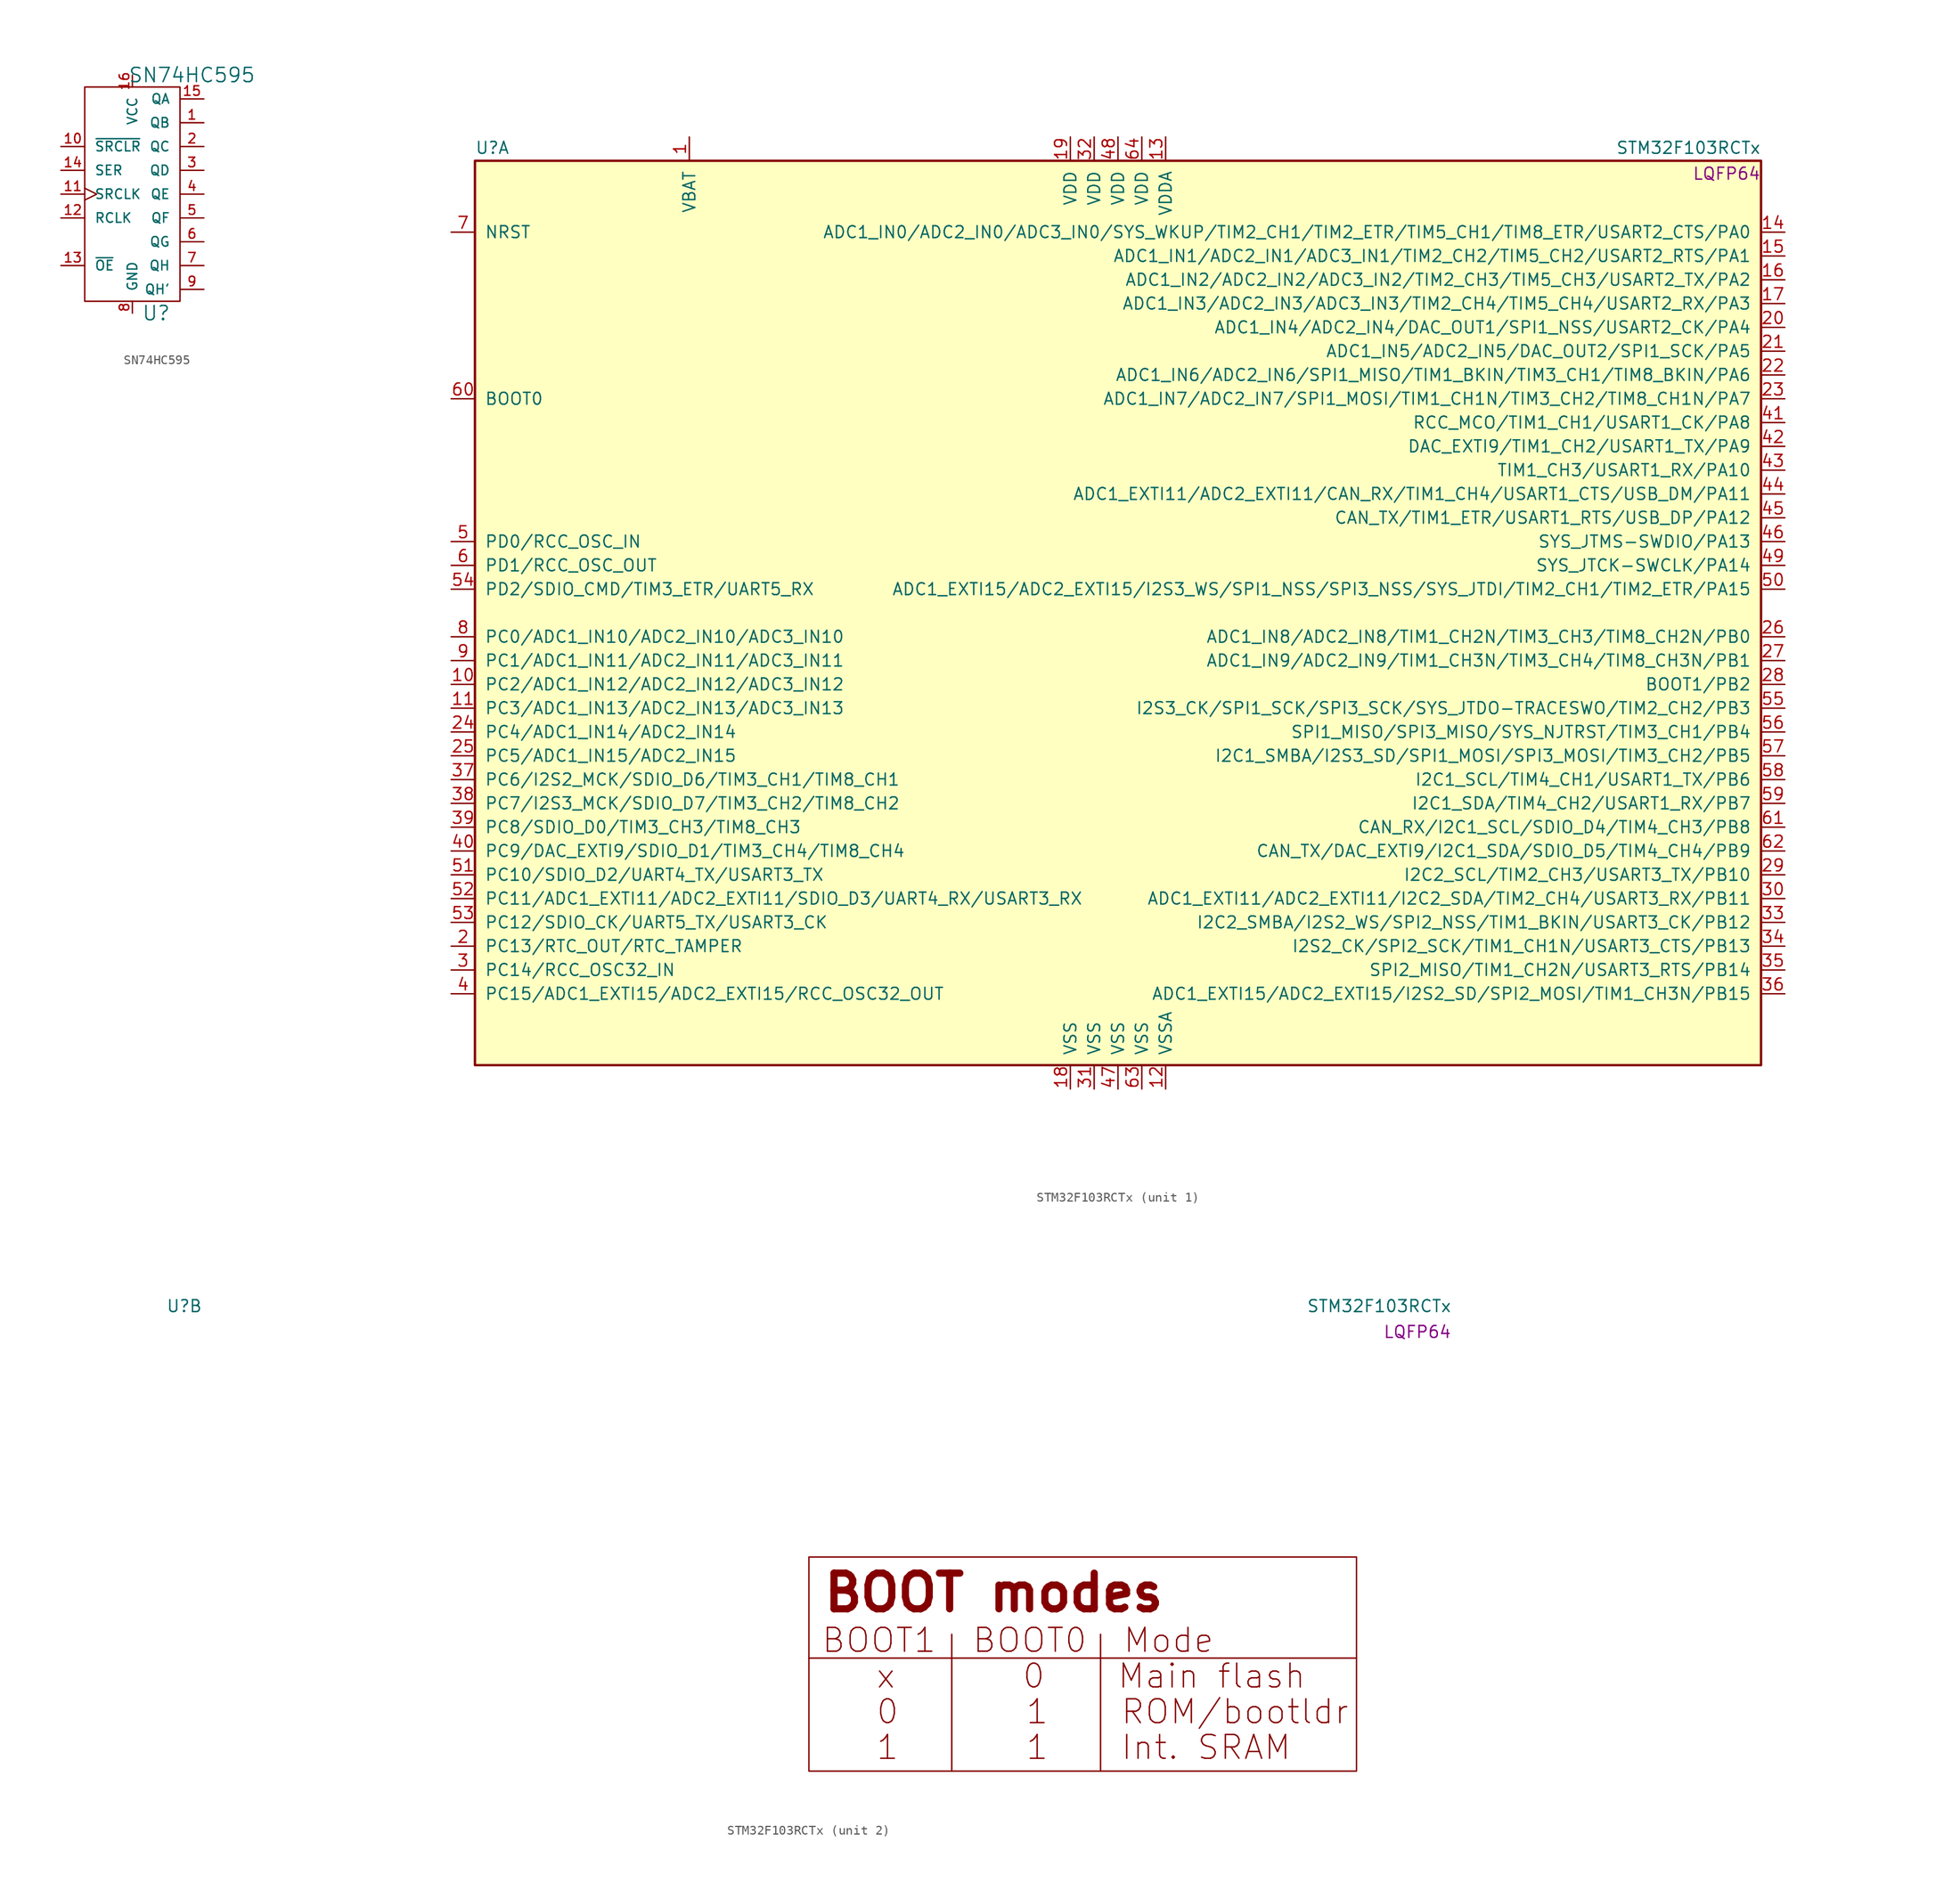
<source format=kicad_sym>
(kicad_symbol_lib
  (version 20211014)
  (generator kicad_symbol_editor)
  (symbol "SN74HC595"
    (pin_names
      (offset 1.016))
    (property "Reference" "U"
      (at 2.54 -12.7 0)
      (effects (font (size 1.524 1.524))))
    (property "Value" "SN74HC595"
      (at 6.35 12.7 0)
      (effects (font (size 1.524 1.524))))
    (symbol "SN74HC595_0_1"
      (rectangle (start -5.08 11.43) (end 5.08 -11.43) (stroke (width 0) (type default) (color 0 0 0 0)) (fill (type none))))
    (symbol "SN74HC595_1_1"
      (pin output line (at 7.62 7.62 180) (length 2.54) (name "QB" (effects (font (size 1.016 1.016)))) (number "1" (effects (font (size 1.016 1.016)))))
      (pin input line (at -7.62 5.08 0) (length 2.54) (name "~{SRCLR}" (effects (font (size 1.016 1.016)))) (number "10" (effects (font (size 1.016 1.016)))))
      (pin input clock (at -7.62 0 0) (length 2.54) (name "SRCLK" (effects (font (size 1.016 1.016)))) (number "11" (effects (font (size 1.016 1.016)))))
      (pin input line (at -7.62 -2.54 0) (length 2.54) (name "RCLK" (effects (font (size 1.016 1.016)))) (number "12" (effects (font (size 1.016 1.016)))))
      (pin input line (at -7.62 -7.62 0) (length 2.54) (name "~{OE}" (effects (font (size 1.016 1.016)))) (number "13" (effects (font (size 1.016 1.016)))))
      (pin input line (at -7.62 2.54 0) (length 2.54) (name "SER" (effects (font (size 1.016 1.016)))) (number "14" (effects (font (size 1.016 1.016)))))
      (pin output line (at 7.62 10.16 180) (length 2.54) (name "QA" (effects (font (size 1.016 1.016)))) (number "15" (effects (font (size 1.016 1.016)))))
      (pin power_in line (at 0 12.7 270) (length 1.27) (name "VCC" (effects (font (size 1.016 1.016)))) (number "16" (effects (font (size 1.016 1.016)))))
      (pin output line (at 7.62 5.08 180) (length 2.54) (name "QC" (effects (font (size 1.016 1.016)))) (number "2" (effects (font (size 1.016 1.016)))))
      (pin output line (at 7.62 2.54 180) (length 2.54) (name "QD" (effects (font (size 1.016 1.016)))) (number "3" (effects (font (size 1.016 1.016)))))
      (pin output line (at 7.62 0 180) (length 2.54) (name "QE" (effects (font (size 1.016 1.016)))) (number "4" (effects (font (size 1.016 1.016)))))
      (pin output line (at 7.62 -2.54 180) (length 2.54) (name "QF" (effects (font (size 1.016 1.016)))) (number "5" (effects (font (size 1.016 1.016)))))
      (pin output line (at 7.62 -5.08 180) (length 2.54) (name "QG" (effects (font (size 1.016 1.016)))) (number "6" (effects (font (size 1.016 1.016)))))
      (pin output line (at 7.62 -7.62 180) (length 2.54) (name "QH" (effects (font (size 1.016 1.016)))) (number "7" (effects (font (size 1.016 1.016)))))
      (pin power_in line (at 0 -12.7 90) (length 1.27) (name "GND" (effects (font (size 1.016 1.016)))) (number "8" (effects (font (size 1.016 1.016)))))
      (pin output line (at 7.62 -10.16 180) (length 2.54) (name "QH'" (effects (font (size 1.016 1.016)))) (number "9" (effects (font (size 1.016 1.016)))))))
  (symbol "STM32F103RCTx"
    (pin_names
      (offset 1.016))
    (property "Reference" "U"
      (at -68.58 48.895 0)
      (effects (font (size 1.27 1.27)) (justify left bottom)))
    (property "Value" "STM32F103RCTx"
      (at 68.58 48.895 0)
      (effects (font (size 1.27 1.27)) (justify right bottom)))
    (property "Footprint" "LQFP64"
      (at 68.58 47.625 0)
      (effects (font (size 1.27 1.27)) (justify right top)))
    (property "Datasheet" ""
      (at 0 0 0)
      (effects (font (size 1.27 1.27))))
    (property "ki_locked" ""
      (at 0 0 0)
      (effects (font (size 1.27 1.27))))
    (symbol "STM32F103RCTx_1_1"
      (rectangle (start -68.58 -48.26) (end 68.58 48.26) (stroke (width 0.254) (type default) (color 0 0 0 0)) (fill (type background)))
      (pin power_in line (at -45.72 50.8 270) (length 2.54) (name "VBAT" (effects (font (size 1.27 1.27)))) (number "1" (effects (font (size 1.27 1.27)))))
      (pin bidirectional line (at -71.12 -7.62 0) (length 2.54) (name "PC2/ADC1_IN12/ADC2_IN12/ADC3_IN12" (effects (font (size 1.27 1.27)))) (number "10" (effects (font (size 1.27 1.27)))))
      (pin bidirectional line (at -71.12 -10.16 0) (length 2.54) (name "PC3/ADC1_IN13/ADC2_IN13/ADC3_IN13" (effects (font (size 1.27 1.27)))) (number "11" (effects (font (size 1.27 1.27)))))
      (pin power_in line (at 5.08 -50.8 90) (length 2.54) (name "VSSA" (effects (font (size 1.27 1.27)))) (number "12" (effects (font (size 1.27 1.27)))))
      (pin power_in line (at 5.08 50.8 270) (length 2.54) (name "VDDA" (effects (font (size 1.27 1.27)))) (number "13" (effects (font (size 1.27 1.27)))))
      (pin bidirectional line (at 71.12 40.64 180) (length 2.54) (name "ADC1_IN0/ADC2_IN0/ADC3_IN0/SYS_WKUP/TIM2_CH1/TIM2_ETR/TIM5_CH1/TIM8_ETR/USART2_CTS/PA0" (effects (font (size 1.27 1.27)))) (number "14" (effects (font (size 1.27 1.27)))))
      (pin bidirectional line (at 71.12 38.1 180) (length 2.54) (name "ADC1_IN1/ADC2_IN1/ADC3_IN1/TIM2_CH2/TIM5_CH2/USART2_RTS/PA1" (effects (font (size 1.27 1.27)))) (number "15" (effects (font (size 1.27 1.27)))))
      (pin bidirectional line (at 71.12 35.56 180) (length 2.54) (name "ADC1_IN2/ADC2_IN2/ADC3_IN2/TIM2_CH3/TIM5_CH3/USART2_TX/PA2" (effects (font (size 1.27 1.27)))) (number "16" (effects (font (size 1.27 1.27)))))
      (pin bidirectional line (at 71.12 33.02 180) (length 2.54) (name "ADC1_IN3/ADC2_IN3/ADC3_IN3/TIM2_CH4/TIM5_CH4/USART2_RX/PA3" (effects (font (size 1.27 1.27)))) (number "17" (effects (font (size 1.27 1.27)))))
      (pin power_in line (at -5.08 -50.8 90) (length 2.54) (name "VSS" (effects (font (size 1.27 1.27)))) (number "18" (effects (font (size 1.27 1.27)))))
      (pin power_in line (at -5.08 50.8 270) (length 2.54) (name "VDD" (effects (font (size 1.27 1.27)))) (number "19" (effects (font (size 1.27 1.27)))))
      (pin bidirectional line (at -71.12 -35.56 0) (length 2.54) (name "PC13/RTC_OUT/RTC_TAMPER" (effects (font (size 1.27 1.27)))) (number "2" (effects (font (size 1.27 1.27)))))
      (pin bidirectional line (at 71.12 30.48 180) (length 2.54) (name "ADC1_IN4/ADC2_IN4/DAC_OUT1/SPI1_NSS/USART2_CK/PA4" (effects (font (size 1.27 1.27)))) (number "20" (effects (font (size 1.27 1.27)))))
      (pin bidirectional line (at 71.12 27.94 180) (length 2.54) (name "ADC1_IN5/ADC2_IN5/DAC_OUT2/SPI1_SCK/PA5" (effects (font (size 1.27 1.27)))) (number "21" (effects (font (size 1.27 1.27)))))
      (pin bidirectional line (at 71.12 25.4 180) (length 2.54) (name "ADC1_IN6/ADC2_IN6/SPI1_MISO/TIM1_BKIN/TIM3_CH1/TIM8_BKIN/PA6" (effects (font (size 1.27 1.27)))) (number "22" (effects (font (size 1.27 1.27)))))
      (pin bidirectional line (at 71.12 22.86 180) (length 2.54) (name "ADC1_IN7/ADC2_IN7/SPI1_MOSI/TIM1_CH1N/TIM3_CH2/TIM8_CH1N/PA7" (effects (font (size 1.27 1.27)))) (number "23" (effects (font (size 1.27 1.27)))))
      (pin bidirectional line (at -71.12 -12.7 0) (length 2.54) (name "PC4/ADC1_IN14/ADC2_IN14" (effects (font (size 1.27 1.27)))) (number "24" (effects (font (size 1.27 1.27)))))
      (pin bidirectional line (at -71.12 -15.24 0) (length 2.54) (name "PC5/ADC1_IN15/ADC2_IN15" (effects (font (size 1.27 1.27)))) (number "25" (effects (font (size 1.27 1.27)))))
      (pin bidirectional line (at 71.12 -2.54 180) (length 2.54) (name "ADC1_IN8/ADC2_IN8/TIM1_CH2N/TIM3_CH3/TIM8_CH2N/PB0" (effects (font (size 1.27 1.27)))) (number "26" (effects (font (size 1.27 1.27)))))
      (pin bidirectional line (at 71.12 -5.08 180) (length 2.54) (name "ADC1_IN9/ADC2_IN9/TIM1_CH3N/TIM3_CH4/TIM8_CH3N/PB1" (effects (font (size 1.27 1.27)))) (number "27" (effects (font (size 1.27 1.27)))))
      (pin bidirectional line (at 71.12 -7.62 180) (length 2.54) (name "BOOT1/PB2" (effects (font (size 1.27 1.27)))) (number "28" (effects (font (size 1.27 1.27)))))
      (pin bidirectional line (at 71.12 -27.94 180) (length 2.54) (name "I2C2_SCL/TIM2_CH3/USART3_TX/PB10" (effects (font (size 1.27 1.27)))) (number "29" (effects (font (size 1.27 1.27)))))
      (pin bidirectional line (at -71.12 -38.1 0) (length 2.54) (name "PC14/RCC_OSC32_IN" (effects (font (size 1.27 1.27)))) (number "3" (effects (font (size 1.27 1.27)))))
      (pin bidirectional line (at 71.12 -30.48 180) (length 2.54) (name "ADC1_EXTI11/ADC2_EXTI11/I2C2_SDA/TIM2_CH4/USART3_RX/PB11" (effects (font (size 1.27 1.27)))) (number "30" (effects (font (size 1.27 1.27)))))
      (pin power_in line (at -2.54 -50.8 90) (length 2.54) (name "VSS" (effects (font (size 1.27 1.27)))) (number "31" (effects (font (size 1.27 1.27)))))
      (pin power_in line (at -2.54 50.8 270) (length 2.54) (name "VDD" (effects (font (size 1.27 1.27)))) (number "32" (effects (font (size 1.27 1.27)))))
      (pin bidirectional line (at 71.12 -33.02 180) (length 2.54) (name "I2C2_SMBA/I2S2_WS/SPI2_NSS/TIM1_BKIN/USART3_CK/PB12" (effects (font (size 1.27 1.27)))) (number "33" (effects (font (size 1.27 1.27)))))
      (pin bidirectional line (at 71.12 -35.56 180) (length 2.54) (name "I2S2_CK/SPI2_SCK/TIM1_CH1N/USART3_CTS/PB13" (effects (font (size 1.27 1.27)))) (number "34" (effects (font (size 1.27 1.27)))))
      (pin bidirectional line (at 71.12 -38.1 180) (length 2.54) (name "SPI2_MISO/TIM1_CH2N/USART3_RTS/PB14" (effects (font (size 1.27 1.27)))) (number "35" (effects (font (size 1.27 1.27)))))
      (pin bidirectional line (at 71.12 -40.64 180) (length 2.54) (name "ADC1_EXTI15/ADC2_EXTI15/I2S2_SD/SPI2_MOSI/TIM1_CH3N/PB15" (effects (font (size 1.27 1.27)))) (number "36" (effects (font (size 1.27 1.27)))))
      (pin bidirectional line (at -71.12 -17.78 0) (length 2.54) (name "PC6/I2S2_MCK/SDIO_D6/TIM3_CH1/TIM8_CH1" (effects (font (size 1.27 1.27)))) (number "37" (effects (font (size 1.27 1.27)))))
      (pin bidirectional line (at -71.12 -20.32 0) (length 2.54) (name "PC7/I2S3_MCK/SDIO_D7/TIM3_CH2/TIM8_CH2" (effects (font (size 1.27 1.27)))) (number "38" (effects (font (size 1.27 1.27)))))
      (pin bidirectional line (at -71.12 -22.86 0) (length 2.54) (name "PC8/SDIO_D0/TIM3_CH3/TIM8_CH3" (effects (font (size 1.27 1.27)))) (number "39" (effects (font (size 1.27 1.27)))))
      (pin bidirectional line (at -71.12 -40.64 0) (length 2.54) (name "PC15/ADC1_EXTI15/ADC2_EXTI15/RCC_OSC32_OUT" (effects (font (size 1.27 1.27)))) (number "4" (effects (font (size 1.27 1.27)))))
      (pin bidirectional line (at -71.12 -25.4 0) (length 2.54) (name "PC9/DAC_EXTI9/SDIO_D1/TIM3_CH4/TIM8_CH4" (effects (font (size 1.27 1.27)))) (number "40" (effects (font (size 1.27 1.27)))))
      (pin bidirectional line (at 71.12 20.32 180) (length 2.54) (name "RCC_MCO/TIM1_CH1/USART1_CK/PA8" (effects (font (size 1.27 1.27)))) (number "41" (effects (font (size 1.27 1.27)))))
      (pin bidirectional line (at 71.12 17.78 180) (length 2.54) (name "DAC_EXTI9/TIM1_CH2/USART1_TX/PA9" (effects (font (size 1.27 1.27)))) (number "42" (effects (font (size 1.27 1.27)))))
      (pin bidirectional line (at 71.12 15.24 180) (length 2.54) (name "TIM1_CH3/USART1_RX/PA10" (effects (font (size 1.27 1.27)))) (number "43" (effects (font (size 1.27 1.27)))))
      (pin bidirectional line (at 71.12 12.7 180) (length 2.54) (name "ADC1_EXTI11/ADC2_EXTI11/CAN_RX/TIM1_CH4/USART1_CTS/USB_DM/PA11" (effects (font (size 1.27 1.27)))) (number "44" (effects (font (size 1.27 1.27)))))
      (pin bidirectional line (at 71.12 10.16 180) (length 2.54) (name "CAN_TX/TIM1_ETR/USART1_RTS/USB_DP/PA12" (effects (font (size 1.27 1.27)))) (number "45" (effects (font (size 1.27 1.27)))))
      (pin bidirectional line (at 71.12 7.62 180) (length 2.54) (name "SYS_JTMS-SWDIO/PA13" (effects (font (size 1.27 1.27)))) (number "46" (effects (font (size 1.27 1.27)))))
      (pin power_in line (at 0 -50.8 90) (length 2.54) (name "VSS" (effects (font (size 1.27 1.27)))) (number "47" (effects (font (size 1.27 1.27)))))
      (pin power_in line (at 0 50.8 270) (length 2.54) (name "VDD" (effects (font (size 1.27 1.27)))) (number "48" (effects (font (size 1.27 1.27)))))
      (pin bidirectional line (at 71.12 5.08 180) (length 2.54) (name "SYS_JTCK-SWCLK/PA14" (effects (font (size 1.27 1.27)))) (number "49" (effects (font (size 1.27 1.27)))))
      (pin input line (at -71.12 7.62 0) (length 2.54) (name "PD0/RCC_OSC_IN" (effects (font (size 1.27 1.27)))) (number "5" (effects (font (size 1.27 1.27)))))
      (pin bidirectional line (at 71.12 2.54 180) (length 2.54) (name "ADC1_EXTI15/ADC2_EXTI15/I2S3_WS/SPI1_NSS/SPI3_NSS/SYS_JTDI/TIM2_CH1/TIM2_ETR/PA15" (effects (font (size 1.27 1.27)))) (number "50" (effects (font (size 1.27 1.27)))))
      (pin bidirectional line (at -71.12 -27.94 0) (length 2.54) (name "PC10/SDIO_D2/UART4_TX/USART3_TX" (effects (font (size 1.27 1.27)))) (number "51" (effects (font (size 1.27 1.27)))))
      (pin bidirectional line (at -71.12 -30.48 0) (length 2.54) (name "PC11/ADC1_EXTI11/ADC2_EXTI11/SDIO_D3/UART4_RX/USART3_RX" (effects (font (size 1.27 1.27)))) (number "52" (effects (font (size 1.27 1.27)))))
      (pin bidirectional line (at -71.12 -33.02 0) (length 2.54) (name "PC12/SDIO_CK/UART5_TX/USART3_CK" (effects (font (size 1.27 1.27)))) (number "53" (effects (font (size 1.27 1.27)))))
      (pin bidirectional line (at -71.12 2.54 0) (length 2.54) (name "PD2/SDIO_CMD/TIM3_ETR/UART5_RX" (effects (font (size 1.27 1.27)))) (number "54" (effects (font (size 1.27 1.27)))))
      (pin bidirectional line (at 71.12 -10.16 180) (length 2.54) (name "I2S3_CK/SPI1_SCK/SPI3_SCK/SYS_JTDO-TRACESWO/TIM2_CH2/PB3" (effects (font (size 1.27 1.27)))) (number "55" (effects (font (size 1.27 1.27)))))
      (pin bidirectional line (at 71.12 -12.7 180) (length 2.54) (name "SPI1_MISO/SPI3_MISO/SYS_NJTRST/TIM3_CH1/PB4" (effects (font (size 1.27 1.27)))) (number "56" (effects (font (size 1.27 1.27)))))
      (pin bidirectional line (at 71.12 -15.24 180) (length 2.54) (name "I2C1_SMBA/I2S3_SD/SPI1_MOSI/SPI3_MOSI/TIM3_CH2/PB5" (effects (font (size 1.27 1.27)))) (number "57" (effects (font (size 1.27 1.27)))))
      (pin bidirectional line (at 71.12 -17.78 180) (length 2.54) (name "I2C1_SCL/TIM4_CH1/USART1_TX/PB6" (effects (font (size 1.27 1.27)))) (number "58" (effects (font (size 1.27 1.27)))))
      (pin bidirectional line (at 71.12 -20.32 180) (length 2.54) (name "I2C1_SDA/TIM4_CH2/USART1_RX/PB7" (effects (font (size 1.27 1.27)))) (number "59" (effects (font (size 1.27 1.27)))))
      (pin input line (at -71.12 5.08 0) (length 2.54) (name "PD1/RCC_OSC_OUT" (effects (font (size 1.27 1.27)))) (number "6" (effects (font (size 1.27 1.27)))))
      (pin input line (at -71.12 22.86 0) (length 2.54) (name "BOOT0" (effects (font (size 1.27 1.27)))) (number "60" (effects (font (size 1.27 1.27)))))
      (pin bidirectional line (at 71.12 -22.86 180) (length 2.54) (name "CAN_RX/I2C1_SCL/SDIO_D4/TIM4_CH3/PB8" (effects (font (size 1.27 1.27)))) (number "61" (effects (font (size 1.27 1.27)))))
      (pin bidirectional line (at 71.12 -25.4 180) (length 2.54) (name "CAN_TX/DAC_EXTI9/I2C1_SDA/SDIO_D5/TIM4_CH4/PB9" (effects (font (size 1.27 1.27)))) (number "62" (effects (font (size 1.27 1.27)))))
      (pin power_in line (at 2.54 -50.8 90) (length 2.54) (name "VSS" (effects (font (size 1.27 1.27)))) (number "63" (effects (font (size 1.27 1.27)))))
      (pin power_in line (at 2.54 50.8 270) (length 2.54) (name "VDD" (effects (font (size 1.27 1.27)))) (number "64" (effects (font (size 1.27 1.27)))))
      (pin input line (at -71.12 40.64 0) (length 2.54) (name "NRST" (effects (font (size 1.27 1.27)))) (number "7" (effects (font (size 1.27 1.27)))))
      (pin bidirectional line (at -71.12 -2.54 0) (length 2.54) (name "PC0/ADC1_IN10/ADC2_IN10/ADC3_IN10" (effects (font (size 1.27 1.27)))) (number "8" (effects (font (size 1.27 1.27)))))
      (pin bidirectional line (at -71.12 -5.08 0) (length 2.54) (name "PC1/ADC1_IN11/ADC2_IN11/ADC3_IN11" (effects (font (size 1.27 1.27)))) (number "9" (effects (font (size 1.27 1.27))))))
    (symbol "STM32F103RCTx_2_1"
      (polyline (pts (xy 0 12.065) (xy 58.42 12.065)) (stroke (width 0) (type default) (color 0 0 0 0)) (fill (type none)))
      (polyline (pts (xy 15.24 14.605) (xy 15.24 0)) (stroke (width 0) (type default) (color 0 0 0 0)) (fill (type none)))
      (polyline (pts (xy 31.115 14.605) (xy 31.115 0)) (stroke (width 0) (type default) (color 0 0 0 0)) (fill (type none)))
      (rectangle (start 0 22.86) (end 58.42 0) (stroke (width 0) (type default) (color 0 0 0 0)) (fill (type none)))
      (text "   0       1    ROM/bootldr" (at 1.27 6.35 0) (effects (font (size 2.54 2.54)) (justify left)))
      (text "   1       1    Int. SRAM" (at 1.27 2.54 0) (effects (font (size 2.54 2.54)) (justify left)))
      (text "   x       0    Main flash" (at 1.27 10.16 0) (effects (font (size 2.54 2.54)) (justify left)))
      (text "BOOT modes" (at 1.27 19.05 0) (effects (font (size 3.81 3.81) bold) (justify left)))
      (text "BOOT1  BOOT0  Mode" (at 1.27 13.97 0) (effects (font (size 2.54 2.54)) (justify left))))))
</source>
